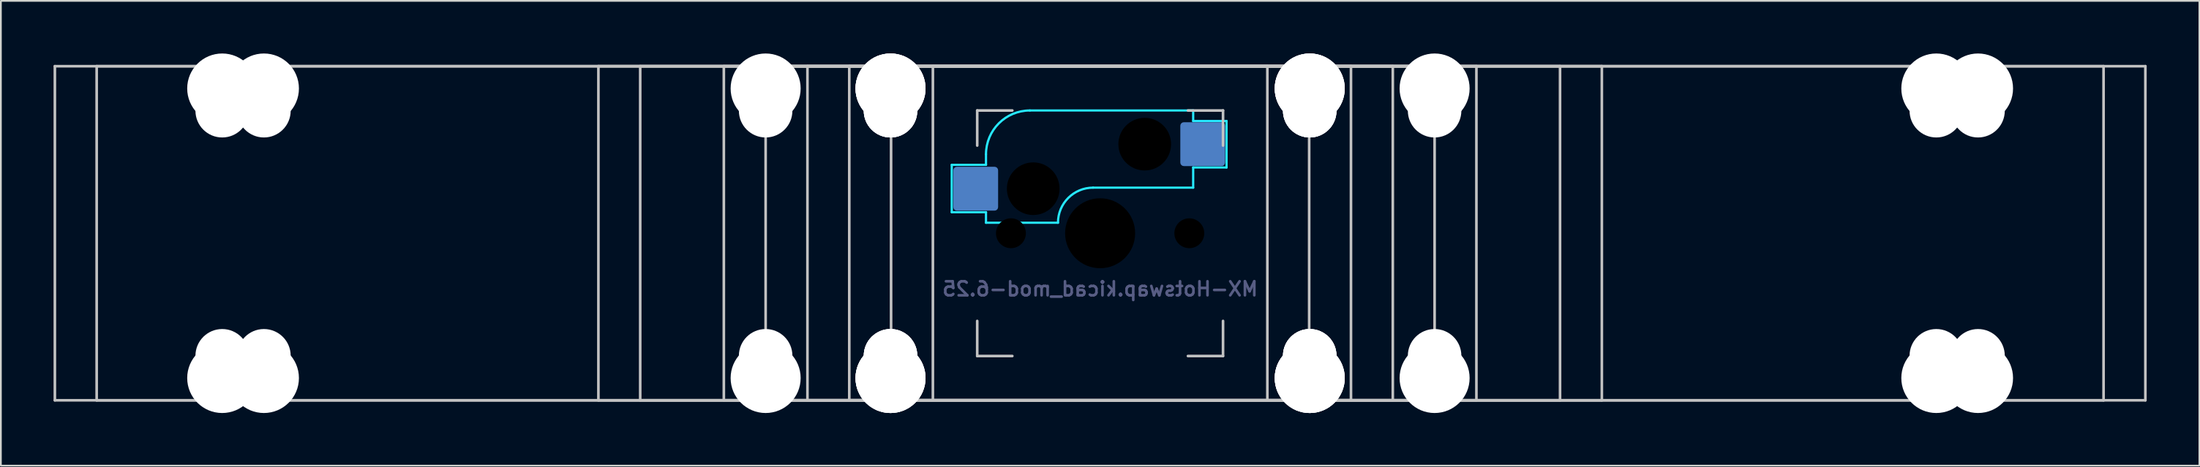
<source format=kicad_pcb>
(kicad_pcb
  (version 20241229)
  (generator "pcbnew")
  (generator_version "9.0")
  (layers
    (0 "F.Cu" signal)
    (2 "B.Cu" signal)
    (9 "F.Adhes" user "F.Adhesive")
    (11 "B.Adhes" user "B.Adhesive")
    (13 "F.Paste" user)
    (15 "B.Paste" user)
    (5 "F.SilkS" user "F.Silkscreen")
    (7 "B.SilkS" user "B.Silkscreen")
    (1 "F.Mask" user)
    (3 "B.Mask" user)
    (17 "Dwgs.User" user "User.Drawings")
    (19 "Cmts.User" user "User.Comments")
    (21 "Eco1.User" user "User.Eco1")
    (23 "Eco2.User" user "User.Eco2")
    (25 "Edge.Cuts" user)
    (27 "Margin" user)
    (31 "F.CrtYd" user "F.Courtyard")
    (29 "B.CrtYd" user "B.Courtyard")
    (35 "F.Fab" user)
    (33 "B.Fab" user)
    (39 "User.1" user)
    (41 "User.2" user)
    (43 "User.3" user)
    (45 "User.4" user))
  (footprint "MX-Hotswap.kicad_mod-6.25"
    (layer "F.Cu")
    (at 59.606 10.249)
    (property "Reference" "MX-Hotswap.kicad_mod-6.25" (at 0 3.175 0) (layer "B.Fab") (effects (font (size 0.8 0.8) (thickness 0.15)) (justify mirror)))
    (attr smd)
    (fp_line (start -59.531 9.525) (end -59.531 -9.525) (stroke (width 0.15) (type solid)) (layer "Dwgs.User"))
    (fp_line (start -57.15 9.525) (end -57.15 -9.525) (stroke (width 0.15) (type solid)) (layer "Dwgs.User"))
    (fp_line (start -28.575 9.525) (end -28.575 -9.525) (stroke (width 0.15) (type solid)) (layer "Dwgs.User"))
    (fp_line (start -26.194 9.525) (end -26.194 -9.525) (stroke (width 0.15) (type solid)) (layer "Dwgs.User"))
    (fp_line (start -21.431 9.525) (end -21.431 -9.525) (stroke (width 0.15) (type solid)) (layer "Dwgs.User"))
    (fp_line (start -19.05 9.525) (end -19.05 -9.525) (stroke (width 0.15) (type solid)) (layer "Dwgs.User"))
    (fp_line (start -16.669 9.525) (end -16.669 -9.525) (stroke (width 0.15) (type solid)) (layer "Dwgs.User"))
    (fp_line (start -14.287 9.525) (end -14.287 -9.525) (stroke (width 0.15) (type solid)) (layer "Dwgs.User"))
    (fp_line (start -11.906 9.525) (end -11.906 -9.525) (stroke (width 0.15) (type solid)) (layer "Dwgs.User"))
    (fp_line (start -9.525 9.525) (end -9.525 -9.525) (stroke (width 0.15) (type solid)) (layer "Dwgs.User"))
    (fp_line (start -7 -7) (end -7 -5) (stroke (width 0.15) (type solid)) (layer "Dwgs.User"))
    (fp_line (start -7 5) (end -7 7) (stroke (width 0.15) (type solid)) (layer "Dwgs.User"))
    (fp_line (start -7 7) (end -5 7) (stroke (width 0.15) (type solid)) (layer "Dwgs.User"))
    (fp_line (start -5 -7) (end -7 -7) (stroke (width 0.15) (type solid)) (layer "Dwgs.User"))
    (fp_line (start 5 -7) (end 7 -7) (stroke (width 0.15) (type solid)) (layer "Dwgs.User"))
    (fp_line (start 5 7) (end 7 7) (stroke (width 0.15) (type solid)) (layer "Dwgs.User"))
    (fp_line (start 7 -7) (end 7 -5) (stroke (width 0.15) (type solid)) (layer "Dwgs.User"))
    (fp_line (start 7 7) (end 7 5) (stroke (width 0.15) (type solid)) (layer "Dwgs.User"))
    (fp_line (start 9.525 -9.525) (end -9.525 -9.525) (stroke (width 0.15) (type solid)) (layer "Dwgs.User"))
    (fp_line (start 9.525 9.525) (end -9.525 9.525) (stroke (width 0.15) (type solid)) (layer "Dwgs.User"))
    (fp_line (start 9.525 9.525) (end 9.525 -9.525) (stroke (width 0.15) (type solid)) (layer "Dwgs.User"))
    (fp_line (start 11.906 -9.525) (end -11.906 -9.525) (stroke (width 0.15) (type solid)) (layer "Dwgs.User"))
    (fp_line (start 11.906 9.525) (end -11.906 9.525) (stroke (width 0.15) (type solid)) (layer "Dwgs.User"))
    (fp_line (start 11.906 9.525) (end 11.906 -9.525) (stroke (width 0.15) (type solid)) (layer "Dwgs.User"))
    (fp_line (start 14.287 -9.525) (end -14.287 -9.525) (stroke (width 0.15) (type solid)) (layer "Dwgs.User"))
    (fp_line (start 14.287 9.525) (end -14.287 9.525) (stroke (width 0.15) (type solid)) (layer "Dwgs.User"))
    (fp_line (start 14.287 9.525) (end 14.287 -9.525) (stroke (width 0.15) (type solid)) (layer "Dwgs.User"))
    (fp_line (start 16.669 -9.525) (end -16.669 -9.525) (stroke (width 0.15) (type solid)) (layer "Dwgs.User"))
    (fp_line (start 16.669 9.525) (end -16.669 9.525) (stroke (width 0.15) (type solid)) (layer "Dwgs.User"))
    (fp_line (start 16.669 9.525) (end 16.669 -9.525) (stroke (width 0.15) (type solid)) (layer "Dwgs.User"))
    (fp_line (start 19.05 -9.525) (end -19.05 -9.525) (stroke (width 0.15) (type solid)) (layer "Dwgs.User"))
    (fp_line (start 19.05 9.525) (end -19.05 9.525) (stroke (width 0.15) (type solid)) (layer "Dwgs.User"))
    (fp_line (start 19.05 9.525) (end 19.05 -9.525) (stroke (width 0.15) (type solid)) (layer "Dwgs.User"))
    (fp_line (start 21.431 -9.525) (end -21.431 -9.525) (stroke (width 0.15) (type solid)) (layer "Dwgs.User"))
    (fp_line (start 21.431 9.525) (end -21.431 9.525) (stroke (width 0.15) (type solid)) (layer "Dwgs.User"))
    (fp_line (start 21.431 9.525) (end 21.431 -9.525) (stroke (width 0.15) (type solid)) (layer "Dwgs.User"))
    (fp_line (start 26.194 -9.525) (end -26.194 -9.525) (stroke (width 0.15) (type solid)) (layer "Dwgs.User"))
    (fp_line (start 26.194 9.525) (end -26.194 9.525) (stroke (width 0.15) (type solid)) (layer "Dwgs.User"))
    (fp_line (start 26.194 9.525) (end 26.194 -9.525) (stroke (width 0.15) (type solid)) (layer "Dwgs.User"))
    (fp_line (start 28.575 -9.525) (end -28.575 -9.525) (stroke (width 0.15) (type solid)) (layer "Dwgs.User"))
    (fp_line (start 28.575 9.525) (end -28.575 9.525) (stroke (width 0.15) (type solid)) (layer "Dwgs.User"))
    (fp_line (start 28.575 9.525) (end 28.575 -9.525) (stroke (width 0.15) (type solid)) (layer "Dwgs.User"))
    (fp_line (start 57.15 -9.525) (end -57.15 -9.525) (stroke (width 0.15) (type solid)) (layer "Dwgs.User"))
    (fp_line (start 57.15 9.525) (end -57.15 9.525) (stroke (width 0.15) (type solid)) (layer "Dwgs.User"))
    (fp_line (start 57.15 9.525) (end 57.15 -9.525) (stroke (width 0.15) (type solid)) (layer "Dwgs.User"))
    (fp_line (start 59.531 -9.525) (end -59.531 -9.525) (stroke (width 0.15) (type solid)) (layer "Dwgs.User"))
    (fp_line (start 59.531 9.525) (end -59.531 9.525) (stroke (width 0.15) (type solid)) (layer "Dwgs.User"))
    (fp_line (start 59.531 9.525) (end 59.531 -9.525) (stroke (width 0.15) (type solid)) (layer "Dwgs.User"))
    (fp_line (start -8.45 -3.9) (end -8.45 -1.2) (stroke (width 0.127) (type solid)) (layer "B.CrtYd"))
    (fp_line (start -8.45 -1.2) (end -6.5 -1.2) (stroke (width 0.127) (type solid)) (layer "B.CrtYd"))
    (fp_line (start -6.5 -4.5) (end -6.5 -3.9) (stroke (width 0.127) (type solid)) (layer "B.CrtYd"))
    (fp_line (start -6.5 -3.9) (end -8.45 -3.9) (stroke (width 0.127) (type solid)) (layer "B.CrtYd"))
    (fp_line (start -6.5 -0.6) (end -6.5 -1.2) (stroke (width 0.127) (type solid)) (layer "B.CrtYd"))
    (fp_line (start -6.5 -0.6) (end -2.4 -0.6) (stroke (width 0.127) (type solid)) (layer "B.CrtYd"))
    (fp_line (start -0.4 -2.6) (end 5.3 -2.6) (stroke (width 0.127) (type solid)) (layer "B.CrtYd"))
    (fp_line (start 5.3 -7) (end -4 -7) (stroke (width 0.127) (type solid)) (layer "B.CrtYd"))
    (fp_line (start 5.3 -7) (end 5.3 -6.4) (stroke (width 0.127) (type solid)) (layer "B.CrtYd"))
    (fp_line (start 5.3 -6.4) (end 7.2 -6.4) (stroke (width 0.127) (type solid)) (layer "B.CrtYd"))
    (fp_line (start 5.3 -2.6) (end 5.3 -3.75) (stroke (width 0.127) (type solid)) (layer "B.CrtYd"))
    (fp_line (start 7.2 -6.4) (end 7.2 -3.75) (stroke (width 0.127) (type solid)) (layer "B.CrtYd"))
    (fp_line (start 7.2 -3.75) (end 5.3 -3.75) (stroke (width 0.127) (type solid)) (layer "B.CrtYd"))
    (fp_arc (start -6.5 -4.5) (mid -5.767767 -6.267767) (end -4 -7) (stroke (width 0.127) (type solid)) (layer "B.CrtYd"))
    (fp_arc (start -2.4 -0.6) (mid -1.814214 -2.014214) (end -0.4 -2.6) (stroke (width 0.127) (type solid)) (layer "B.CrtYd"))
    (pad "" np_thru_hole circle (at -50 -8.255) (size 3.988 3.988) (drill 3.988) (layers "*.Cu" "*.Mask"))
    (pad "" np_thru_hole circle (at -50 -6.985) (size 3.048 3.048) (drill 3.048) (layers "*.Cu" "*.Mask"))
    (pad "" np_thru_hole circle (at -50 6.985) (size 3.048 3.048) (drill 3.048) (layers "*.Cu" "*.Mask"))
    (pad "" np_thru_hole circle (at -50 8.255) (size 3.988 3.988) (drill 3.988) (layers "*.Cu" "*.Mask"))
    (pad "" np_thru_hole circle (at -47.625 -8.255) (size 3.988 3.988) (drill 3.988) (layers "*.Cu" "*.Mask"))
    (pad "" np_thru_hole circle (at -47.625 -6.985) (size 3.048 3.048) (drill 3.048) (layers "*.Cu" "*.Mask"))
    (pad "" np_thru_hole circle (at -47.625 6.985) (size 3.048 3.048) (drill 3.048) (layers "*.Cu" "*.Mask"))
    (pad "" np_thru_hole circle (at -47.625 8.255) (size 3.988 3.988) (drill 3.988) (layers "*.Cu" "*.Mask"))
    (pad "" np_thru_hole circle (at -19.05 -8.255) (size 3.988 3.988) (drill 3.988) (layers "*.Cu" "*.Mask"))
    (pad "" np_thru_hole circle (at -19.05 -6.985) (size 3.048 3.048) (drill 3.048) (layers "*.Cu" "*.Mask"))
    (pad "" np_thru_hole circle (at -19.05 6.985) (size 3.048 3.048) (drill 3.048) (layers "*.Cu" "*.Mask"))
    (pad "" np_thru_hole circle (at -19.05 8.255) (size 3.988 3.988) (drill 3.988) (layers "*.Cu" "*.Mask"))
    (pad "" np_thru_hole circle (at -11.938 -8.255) (size 3.988 3.988) (drill 3.988) (layers "*.Cu" "*.Mask"))
    (pad "" np_thru_hole circle (at -11.938 -8.255) (size 3.988 3.988) (drill 3.988) (layers "*.Cu" "*.Mask"))
    (pad "" np_thru_hole circle (at -11.938 -8.255) (size 3.988 3.988) (drill 3.988) (layers "*.Cu" "*.Mask"))
    (pad "" np_thru_hole circle (at -11.938 -6.985) (size 3.048 3.048) (drill 3.048) (layers "*.Cu" "*.Mask"))
    (pad "" np_thru_hole circle (at -11.938 -6.985) (size 3.048 3.048) (drill 3.048) (layers "*.Cu" "*.Mask"))
    (pad "" np_thru_hole circle (at -11.938 -6.985) (size 3.048 3.048) (drill 3.048) (layers "*.Cu" "*.Mask"))
    (pad "" np_thru_hole circle (at -11.938 6.985) (size 3.048 3.048) (drill 3.048) (layers "*.Cu" "*.Mask"))
    (pad "" np_thru_hole circle (at -11.938 6.985) (size 3.048 3.048) (drill 3.048) (layers "*.Cu" "*.Mask"))
    (pad "" np_thru_hole circle (at -11.938 6.985) (size 3.048 3.048) (drill 3.048) (layers "*.Cu" "*.Mask"))
    (pad "" np_thru_hole circle (at -11.938 8.255) (size 3.988 3.988) (drill 3.988) (layers "*.Cu" "*.Mask"))
    (pad "" np_thru_hole circle (at -11.938 8.255) (size 3.988 3.988) (drill 3.988) (layers "*.Cu" "*.Mask"))
    (pad "" np_thru_hole circle (at -11.938 8.255) (size 3.988 3.988) (drill 3.988) (layers "*.Cu" "*.Mask"))
    (pad "" np_thru_hole circle (at -5.08 0 48.099) (size 1.702 1.702) (drill 1.702) (layers "*.Mask"))
    (pad "" np_thru_hole circle (at -3.81 -2.54) (size 3 3) (drill 3) (layers "*.Mask"))
    (pad "" np_thru_hole circle (at 0 0) (size 3.988 3.988) (drill 3.988) (layers "*.Mask"))
    (pad "" np_thru_hole circle (at 2.54 -5.08) (size 3 3) (drill 3) (layers "*.Mask"))
    (pad "" np_thru_hole circle (at 5.08 0 48.099) (size 1.702 1.702) (drill 1.702) (layers "*.Mask"))
    (pad "" np_thru_hole circle (at 11.938 -8.255) (size 3.988 3.988) (drill 3.988) (layers "*.Cu" "*.Mask"))
    (pad "" np_thru_hole circle (at 11.938 -8.255) (size 3.988 3.988) (drill 3.988) (layers "*.Cu" "*.Mask"))
    (pad "" np_thru_hole circle (at 11.938 -8.255) (size 3.988 3.988) (drill 3.988) (layers "*.Cu" "*.Mask"))
    (pad "" np_thru_hole circle (at 11.938 -6.985) (size 3.048 3.048) (drill 3.048) (layers "*.Cu" "*.Mask"))
    (pad "" np_thru_hole circle (at 11.938 -6.985) (size 3.048 3.048) (drill 3.048) (layers "*.Cu" "*.Mask"))
    (pad "" np_thru_hole circle (at 11.938 -6.985) (size 3.048 3.048) (drill 3.048) (layers "*.Cu" "*.Mask"))
    (pad "" np_thru_hole circle (at 11.938 6.985) (size 3.048 3.048) (drill 3.048) (layers "*.Cu" "*.Mask"))
    (pad "" np_thru_hole circle (at 11.938 6.985) (size 3.048 3.048) (drill 3.048) (layers "*.Cu" "*.Mask"))
    (pad "" np_thru_hole circle (at 11.938 6.985) (size 3.048 3.048) (drill 3.048) (layers "*.Cu" "*.Mask"))
    (pad "" np_thru_hole circle (at 11.938 8.255) (size 3.988 3.988) (drill 3.988) (layers "*.Cu" "*.Mask"))
    (pad "" np_thru_hole circle (at 11.938 8.255) (size 3.988 3.988) (drill 3.988) (layers "*.Cu" "*.Mask"))
    (pad "" np_thru_hole circle (at 11.938 8.255) (size 3.988 3.988) (drill 3.988) (layers "*.Cu" "*.Mask"))
    (pad "" np_thru_hole circle (at 19.05 -8.255) (size 3.988 3.988) (drill 3.988) (layers "*.Cu" "*.Mask"))
    (pad "" np_thru_hole circle (at 19.05 -6.985) (size 3.048 3.048) (drill 3.048) (layers "*.Cu" "*.Mask"))
    (pad "" np_thru_hole circle (at 19.05 6.985) (size 3.048 3.048) (drill 3.048) (layers "*.Cu" "*.Mask"))
    (pad "" np_thru_hole circle (at 19.05 8.255) (size 3.988 3.988) (drill 3.988) (layers "*.Cu" "*.Mask"))
    (pad "" np_thru_hole circle (at 47.625 -8.255) (size 3.988 3.988) (drill 3.988) (layers "*.Cu" "*.Mask"))
    (pad "" np_thru_hole circle (at 47.625 -6.985) (size 3.048 3.048) (drill 3.048) (layers "*.Cu" "*.Mask"))
    (pad "" np_thru_hole circle (at 47.625 6.985) (size 3.048 3.048) (drill 3.048) (layers "*.Cu" "*.Mask"))
    (pad "" np_thru_hole circle (at 47.625 8.255) (size 3.988 3.988) (drill 3.988) (layers "*.Cu" "*.Mask"))
    (pad "" np_thru_hole circle (at 50 -8.255) (size 3.988 3.988) (drill 3.988) (layers "*.Cu" "*.Mask"))
    (pad "" np_thru_hole circle (at 50 -6.985) (size 3.048 3.048) (drill 3.048) (layers "*.Cu" "*.Mask"))
    (pad "" np_thru_hole circle (at 50 6.985) (size 3.048 3.048) (drill 3.048) (layers "*.Cu" "*.Mask"))
    (pad "" np_thru_hole circle (at 50 8.255) (size 3.988 3.988) (drill 3.988) (layers "*.Cu" "*.Mask"))
    (pad "1" smd roundrect (at -7.085 -2.54) (size 2.55 2.5) (layers "B.Cu" "B.Mask" "B.Paste") (roundrect_rratio 0.08))
    (pad "2" smd roundrect (at 5.842 -5.08) (size 2.55 2.5) (layers "B.Cu" "B.Mask" "B.Paste") (roundrect_rratio 0.08)))
  (gr_rect
    (start -3 -3)
    (end 122.213 23.498)
    (stroke (width 0.1) (type default))
    (fill no)
    (layer "Edge.Cuts")))
</source>
